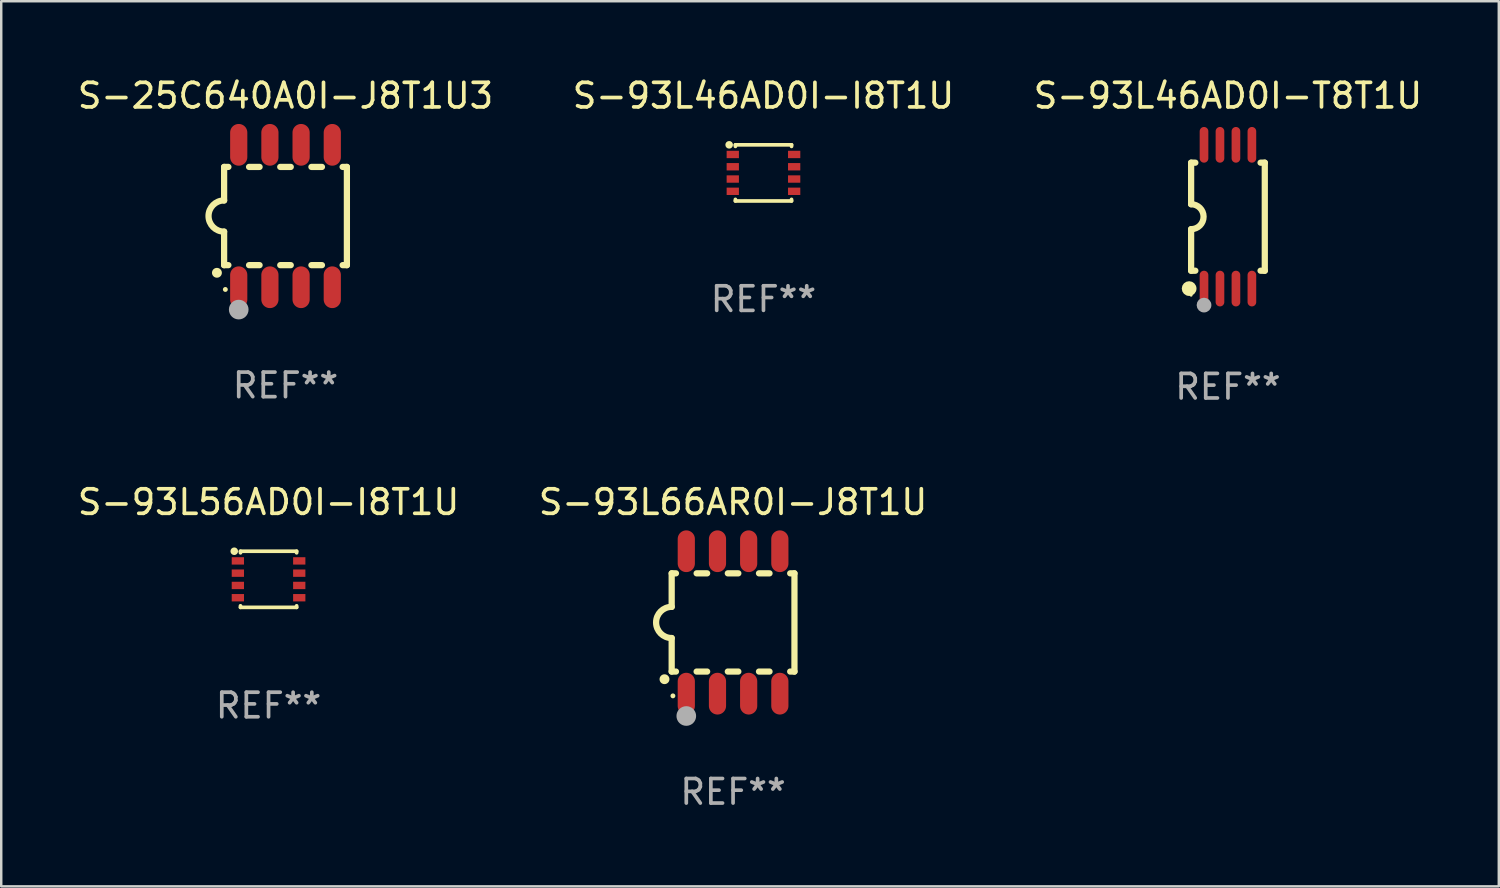
<source format=kicad_pcb>
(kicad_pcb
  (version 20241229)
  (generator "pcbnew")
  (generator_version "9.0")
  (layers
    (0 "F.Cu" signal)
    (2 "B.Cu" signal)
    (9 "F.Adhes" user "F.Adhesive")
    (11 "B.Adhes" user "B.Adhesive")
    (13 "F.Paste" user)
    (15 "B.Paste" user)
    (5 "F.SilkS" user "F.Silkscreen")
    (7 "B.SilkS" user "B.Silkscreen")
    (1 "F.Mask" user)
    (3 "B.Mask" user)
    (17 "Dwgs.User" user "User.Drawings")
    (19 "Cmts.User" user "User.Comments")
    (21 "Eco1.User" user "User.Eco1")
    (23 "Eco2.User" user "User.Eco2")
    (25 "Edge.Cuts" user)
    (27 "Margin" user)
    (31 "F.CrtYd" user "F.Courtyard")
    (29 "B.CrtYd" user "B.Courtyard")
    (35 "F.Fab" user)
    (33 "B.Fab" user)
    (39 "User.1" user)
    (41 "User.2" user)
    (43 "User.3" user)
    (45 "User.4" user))
  (footprint "S-93L66AR0I-J8T1U"
    (layer "F.Cu")
    (at 26.804 22.299)
    (property "Reference" "S-93L66AR0I-J8T1U" (at 0 -4.9 0) (layer "F.SilkS") (effects (font (size 1 1) (thickness 0.15))))
    (attr through_hole)
    (fp_line (start -2.5 -2) (end -2.5 -0.635) (stroke (width 0.254) (type solid)) (layer "F.SilkS"))
    (fp_line (start -2.5 -2) (end -2.326 -2) (stroke (width 0.254) (type solid)) (layer "F.SilkS"))
    (fp_line (start -2.5 2) (end -2.5 0.635) (stroke (width 0.254) (type solid)) (layer "F.SilkS"))
    (fp_line (start -2.5 2) (end -2.326 2) (stroke (width 0.254) (type solid)) (layer "F.SilkS"))
    (fp_line (start -1.484 -2) (end -1.056 -2) (stroke (width 0.254) (type solid)) (layer "F.SilkS"))
    (fp_line (start -1.484 2) (end -1.056 2) (stroke (width 0.254) (type solid)) (layer "F.SilkS"))
    (fp_line (start -0.214 -2) (end 0.214 -2) (stroke (width 0.254) (type solid)) (layer "F.SilkS"))
    (fp_line (start -0.214 2) (end 0.214 2) (stroke (width 0.254) (type solid)) (layer "F.SilkS"))
    (fp_line (start 1.056 -2) (end 1.484 -2) (stroke (width 0.254) (type solid)) (layer "F.SilkS"))
    (fp_line (start 1.056 2) (end 1.484 2) (stroke (width 0.254) (type solid)) (layer "F.SilkS"))
    (fp_line (start 2.326 -2) (end 2.5 -2) (stroke (width 0.254) (type solid)) (layer "F.SilkS"))
    (fp_line (start 2.326 2) (end 2.5 2) (stroke (width 0.254) (type solid)) (layer "F.SilkS"))
    (fp_line (start 2.5 -2) (end 2.5 2) (stroke (width 0.254) (type solid)) (layer "F.SilkS"))
    (fp_arc (start -2.794006 2.311405) (mid -2.792736 2.311401) (end -2.791466 2.311405) (stroke (width 0.4) (type solid)) (layer "F.SilkS"))
    (fp_arc (start -2.5 0.635001) (mid -3.134366 -0.000318) (end -2.499365 -0.635001) (stroke (width 0.254001) (type solid)) (layer "F.SilkS"))
    (fp_circle (center -2.45 2.99) (end -2.4 2.99) (stroke (width 0.1) (type solid)) (fill no) (layer "F.SilkS"))
    (fp_circle (center -1.905 3.81) (end -1.705 3.81) (stroke (width 0.4) (type solid)) (fill no) (layer "F.Fab"))
    (fp_text user "REF**" (at 0 6.9 0) (layer "F.Fab") (effects (font (size 1 1) (thickness 0.15))))
    (pad "1" smd oval (at -1.905 2.9 180) (size 0.7 1.7) (layers "F.Cu" "F.Mask" "F.Paste"))
    (pad "2" smd oval (at -0.635 2.9 180) (size 0.7 1.7) (layers "F.Cu" "F.Mask" "F.Paste"))
    (pad "3" smd oval (at 0.635 2.9 180) (size 0.7 1.7) (layers "F.Cu" "F.Mask" "F.Paste"))
    (pad "4" smd oval (at 1.905 2.9 180) (size 0.7 1.7) (layers "F.Cu" "F.Mask" "F.Paste"))
    (pad "5" smd oval (at 1.905 -2.9 180) (size 0.7 1.7) (layers "F.Cu" "F.Mask" "F.Paste"))
    (pad "6" smd oval (at 0.635 -2.9 180) (size 0.7 1.7) (layers "F.Cu" "F.Mask" "F.Paste"))
    (pad "7" smd oval (at -0.635 -2.9 180) (size 0.7 1.7) (layers "F.Cu" "F.Mask" "F.Paste"))
    (pad "8" smd oval (at -1.905 -2.9 180) (size 0.7 1.7) (layers "F.Cu" "F.Mask" "F.Paste")))
  (footprint "S-93L56AD0I-I8T1U"
    (layer "F.Cu")
    (at 7.887 20.542)
    (property "Reference" "S-93L56AD0I-I8T1U" (at 0 -3.143 0) (layer "F.SilkS") (effects (font (size 1 1) (thickness 0.15))))
    (attr through_hole)
    (fp_line (start -1.143 -1.143) (end -1.143 -1.079) (stroke (width 0.15) (type solid)) (layer "F.SilkS"))
    (fp_line (start -1.143 1.079) (end -1.143 1.143) (stroke (width 0.15) (type solid)) (layer "F.SilkS"))
    (fp_line (start -1.143 1.143) (end 1.143 1.143) (stroke (width 0.15) (type solid)) (layer "F.SilkS"))
    (fp_line (start 1.143 -1.143) (end -1.143 -1.143) (stroke (width 0.15) (type solid)) (layer "F.SilkS"))
    (fp_line (start 1.143 -1.079) (end 1.143 -1.143) (stroke (width 0.15) (type solid)) (layer "F.SilkS"))
    (fp_line (start 1.143 1.143) (end 1.143 1.079) (stroke (width 0.15) (type solid)) (layer "F.SilkS"))
    (fp_circle (center -1.397 -1.143) (end -1.317 -1.143) (stroke (width 0.15) (type solid)) (fill no) (layer "F.SilkS"))
    (fp_text user "REF**" (at 0 5.143 0) (layer "F.Fab") (effects (font (size 1 1) (thickness 0.15))))
    (pad "1" smd rect (at -1.25 -0.75 270) (size 0.3 0.5) (layers "F.Cu" "F.Mask" "F.Paste"))
    (pad "2" smd rect (at -1.25 -0.25 270) (size 0.3 0.5) (layers "F.Cu" "F.Mask" "F.Paste"))
    (pad "3" smd rect (at -1.25 0.25 270) (size 0.3 0.5) (layers "F.Cu" "F.Mask" "F.Paste"))
    (pad "4" smd rect (at -1.25 0.75 270) (size 0.3 0.5) (layers "F.Cu" "F.Mask" "F.Paste"))
    (pad "5" smd rect (at 1.25 0.75 270) (size 0.3 0.5) (layers "F.Cu" "F.Mask" "F.Paste"))
    (pad "6" smd rect (at 1.25 0.25 270) (size 0.3 0.5) (layers "F.Cu" "F.Mask" "F.Paste"))
    (pad "7" smd rect (at 1.25 -0.25 270) (size 0.3 0.5) (layers "F.Cu" "F.Mask" "F.Paste"))
    (pad "8" smd rect (at 1.25 -0.75 270) (size 0.3 0.5) (layers "F.Cu" "F.Mask" "F.Paste")))
  (footprint "S-25C640A0I-J8T1U3"
    (layer "F.Cu")
    (at 8.577 5.748)
    (property "Reference" "S-25C640A0I-J8T1U3" (at 0 -4.9 0) (layer "F.SilkS") (effects (font (size 1 1) (thickness 0.15))))
    (attr through_hole)
    (fp_line (start -2.5 -2) (end -2.5 -0.635) (stroke (width 0.254) (type solid)) (layer "F.SilkS"))
    (fp_line (start -2.5 -2) (end -2.326 -2) (stroke (width 0.254) (type solid)) (layer "F.SilkS"))
    (fp_line (start -2.5 2) (end -2.5 0.635) (stroke (width 0.254) (type solid)) (layer "F.SilkS"))
    (fp_line (start -2.5 2) (end -2.326 2) (stroke (width 0.254) (type solid)) (layer "F.SilkS"))
    (fp_line (start -1.484 -2) (end -1.056 -2) (stroke (width 0.254) (type solid)) (layer "F.SilkS"))
    (fp_line (start -1.484 2) (end -1.056 2) (stroke (width 0.254) (type solid)) (layer "F.SilkS"))
    (fp_line (start -0.214 -2) (end 0.214 -2) (stroke (width 0.254) (type solid)) (layer "F.SilkS"))
    (fp_line (start -0.214 2) (end 0.214 2) (stroke (width 0.254) (type solid)) (layer "F.SilkS"))
    (fp_line (start 1.056 -2) (end 1.484 -2) (stroke (width 0.254) (type solid)) (layer "F.SilkS"))
    (fp_line (start 1.056 2) (end 1.484 2) (stroke (width 0.254) (type solid)) (layer "F.SilkS"))
    (fp_line (start 2.326 -2) (end 2.5 -2) (stroke (width 0.254) (type solid)) (layer "F.SilkS"))
    (fp_line (start 2.326 2) (end 2.5 2) (stroke (width 0.254) (type solid)) (layer "F.SilkS"))
    (fp_line (start 2.5 -2) (end 2.5 2) (stroke (width 0.254) (type solid)) (layer "F.SilkS"))
    (fp_arc (start -2.794006 2.311405) (mid -2.792736 2.311401) (end -2.791466 2.311405) (stroke (width 0.4) (type solid)) (layer "F.SilkS"))
    (fp_arc (start -2.5 0.635001) (mid -3.134366 -0.000318) (end -2.499365 -0.635001) (stroke (width 0.254001) (type solid)) (layer "F.SilkS"))
    (fp_circle (center -2.45 2.99) (end -2.4 2.99) (stroke (width 0.1) (type solid)) (fill no) (layer "F.SilkS"))
    (fp_circle (center -1.905 3.81) (end -1.705 3.81) (stroke (width 0.4) (type solid)) (fill no) (layer "F.Fab"))
    (fp_text user "REF**" (at 0 6.9 0) (layer "F.Fab") (effects (font (size 1 1) (thickness 0.15))))
    (pad "1" smd oval (at -1.905 2.9 180) (size 0.7 1.7) (layers "F.Cu" "F.Mask" "F.Paste"))
    (pad "2" smd oval (at -0.635 2.9 180) (size 0.7 1.7) (layers "F.Cu" "F.Mask" "F.Paste"))
    (pad "3" smd oval (at 0.635 2.9 180) (size 0.7 1.7) (layers "F.Cu" "F.Mask" "F.Paste"))
    (pad "4" smd oval (at 1.905 2.9 180) (size 0.7 1.7) (layers "F.Cu" "F.Mask" "F.Paste"))
    (pad "5" smd oval (at 1.905 -2.9 180) (size 0.7 1.7) (layers "F.Cu" "F.Mask" "F.Paste"))
    (pad "6" smd oval (at 0.635 -2.9 180) (size 0.7 1.7) (layers "F.Cu" "F.Mask" "F.Paste"))
    (pad "7" smd oval (at -0.635 -2.9 180) (size 0.7 1.7) (layers "F.Cu" "F.Mask" "F.Paste"))
    (pad "8" smd oval (at -1.905 -2.9 180) (size 0.7 1.7) (layers "F.Cu" "F.Mask" "F.Paste")))
  (footprint "S-93L46AD0I-I8T1U"
    (layer "F.Cu")
    (at 28.042 3.991)
    (property "Reference" "S-93L46AD0I-I8T1U" (at 0 -3.143 0) (layer "F.SilkS") (effects (font (size 1 1) (thickness 0.15))))
    (attr through_hole)
    (fp_line (start -1.143 -1.143) (end -1.143 -1.079) (stroke (width 0.15) (type solid)) (layer "F.SilkS"))
    (fp_line (start -1.143 1.079) (end -1.143 1.143) (stroke (width 0.15) (type solid)) (layer "F.SilkS"))
    (fp_line (start -1.143 1.143) (end 1.143 1.143) (stroke (width 0.15) (type solid)) (layer "F.SilkS"))
    (fp_line (start 1.143 -1.143) (end -1.143 -1.143) (stroke (width 0.15) (type solid)) (layer "F.SilkS"))
    (fp_line (start 1.143 -1.079) (end 1.143 -1.143) (stroke (width 0.15) (type solid)) (layer "F.SilkS"))
    (fp_line (start 1.143 1.143) (end 1.143 1.079) (stroke (width 0.15) (type solid)) (layer "F.SilkS"))
    (fp_circle (center -1.397 -1.143) (end -1.317 -1.143) (stroke (width 0.15) (type solid)) (fill no) (layer "F.SilkS"))
    (fp_text user "REF**" (at 0 5.143 0) (layer "F.Fab") (effects (font (size 1 1) (thickness 0.15))))
    (pad "1" smd rect (at -1.25 -0.75 270) (size 0.3 0.5) (layers "F.Cu" "F.Mask" "F.Paste"))
    (pad "2" smd rect (at -1.25 -0.25 270) (size 0.3 0.5) (layers "F.Cu" "F.Mask" "F.Paste"))
    (pad "3" smd rect (at -1.25 0.25 270) (size 0.3 0.5) (layers "F.Cu" "F.Mask" "F.Paste"))
    (pad "4" smd rect (at -1.25 0.75 270) (size 0.3 0.5) (layers "F.Cu" "F.Mask" "F.Paste"))
    (pad "5" smd rect (at 1.25 0.75 270) (size 0.3 0.5) (layers "F.Cu" "F.Mask" "F.Paste"))
    (pad "6" smd rect (at 1.25 0.25 270) (size 0.3 0.5) (layers "F.Cu" "F.Mask" "F.Paste"))
    (pad "7" smd rect (at 1.25 -0.25 270) (size 0.3 0.5) (layers "F.Cu" "F.Mask" "F.Paste"))
    (pad "8" smd rect (at 1.25 -0.75 270) (size 0.3 0.5) (layers "F.Cu" "F.Mask" "F.Paste")))
  (footprint "S-93L46AD0I-T8T1U"
    (layer "F.Cu")
    (at 46.958 5.775)
    (property "Reference" "S-93L46AD0I-T8T1U" (at 0 -4.927 0) (layer "F.SilkS") (effects (font (size 1 1) (thickness 0.15))))
    (attr through_hole)
    (fp_line (start -1.5 -2.2) (end -1.5 -0.508) (stroke (width 0.254) (type solid)) (layer "F.SilkS"))
    (fp_line (start -1.5 -2.2) (end -1.328 -2.2) (stroke (width 0.254) (type solid)) (layer "F.SilkS"))
    (fp_line (start -1.5 2.2) (end -1.5 0.508) (stroke (width 0.254) (type solid)) (layer "F.SilkS"))
    (fp_line (start -1.5 2.2) (end -1.328 2.2) (stroke (width 0.254) (type solid)) (layer "F.SilkS"))
    (fp_line (start 1.328 -2.2) (end 1.5 -2.2) (stroke (width 0.254) (type solid)) (layer "F.SilkS"))
    (fp_line (start 1.328 2.2) (end 1.5 2.2) (stroke (width 0.254) (type solid)) (layer "F.SilkS"))
    (fp_line (start 1.5 -2.2) (end 1.5 2.2) (stroke (width 0.254) (type solid)) (layer "F.SilkS"))
    (fp_arc (start -1.501144 -0.508) (mid -0.993143 -0.000571) (end -1.5 0.508001) (stroke (width 0.254001) (type solid)) (layer "F.SilkS"))
    (fp_circle (center -1.581 2.927) (end -1.431 2.927) (stroke (width 0.3) (type solid)) (fill no) (layer "F.SilkS"))
    (fp_circle (center -1.5 3.2) (end -1.47 3.2) (stroke (width 0.06) (type solid)) (fill no) (layer "F.SilkS"))
    (fp_circle (center -0.975 3.6) (end -0.825 3.6) (stroke (width 0.3) (type solid)) (fill no) (layer "F.Fab"))
    (fp_text user "REF**" (at 0 6.927 0) (layer "F.Fab") (effects (font (size 1 1) (thickness 0.15))))
    (pad "1" smd oval (at -0.975 2.927) (size 0.353 1.454) (layers "F.Cu" "F.Mask" "F.Paste"))
    (pad "2" smd oval (at -0.325 2.927) (size 0.353 1.454) (layers "F.Cu" "F.Mask" "F.Paste"))
    (pad "3" smd oval (at 0.325 2.927) (size 0.353 1.454) (layers "F.Cu" "F.Mask" "F.Paste"))
    (pad "4" smd oval (at 0.975 2.927) (size 0.353 1.454) (layers "F.Cu" "F.Mask" "F.Paste"))
    (pad "5" smd oval (at 0.975 -2.927) (size 0.353 1.454) (layers "F.Cu" "F.Mask" "F.Paste"))
    (pad "6" smd oval (at 0.325 -2.927) (size 0.353 1.454) (layers "F.Cu" "F.Mask" "F.Paste"))
    (pad "7" smd oval (at -0.325 -2.927) (size 0.353 1.454) (layers "F.Cu" "F.Mask" "F.Paste"))
    (pad "8" smd oval (at -0.975 -2.927) (size 0.353 1.454) (layers "F.Cu" "F.Mask" "F.Paste")))
  (gr_rect
    (start -3 -3)
    (end 57.988 33.047)
    (stroke (width 0.1) (type default))
    (fill no)
    (layer "Edge.Cuts")))
</source>
